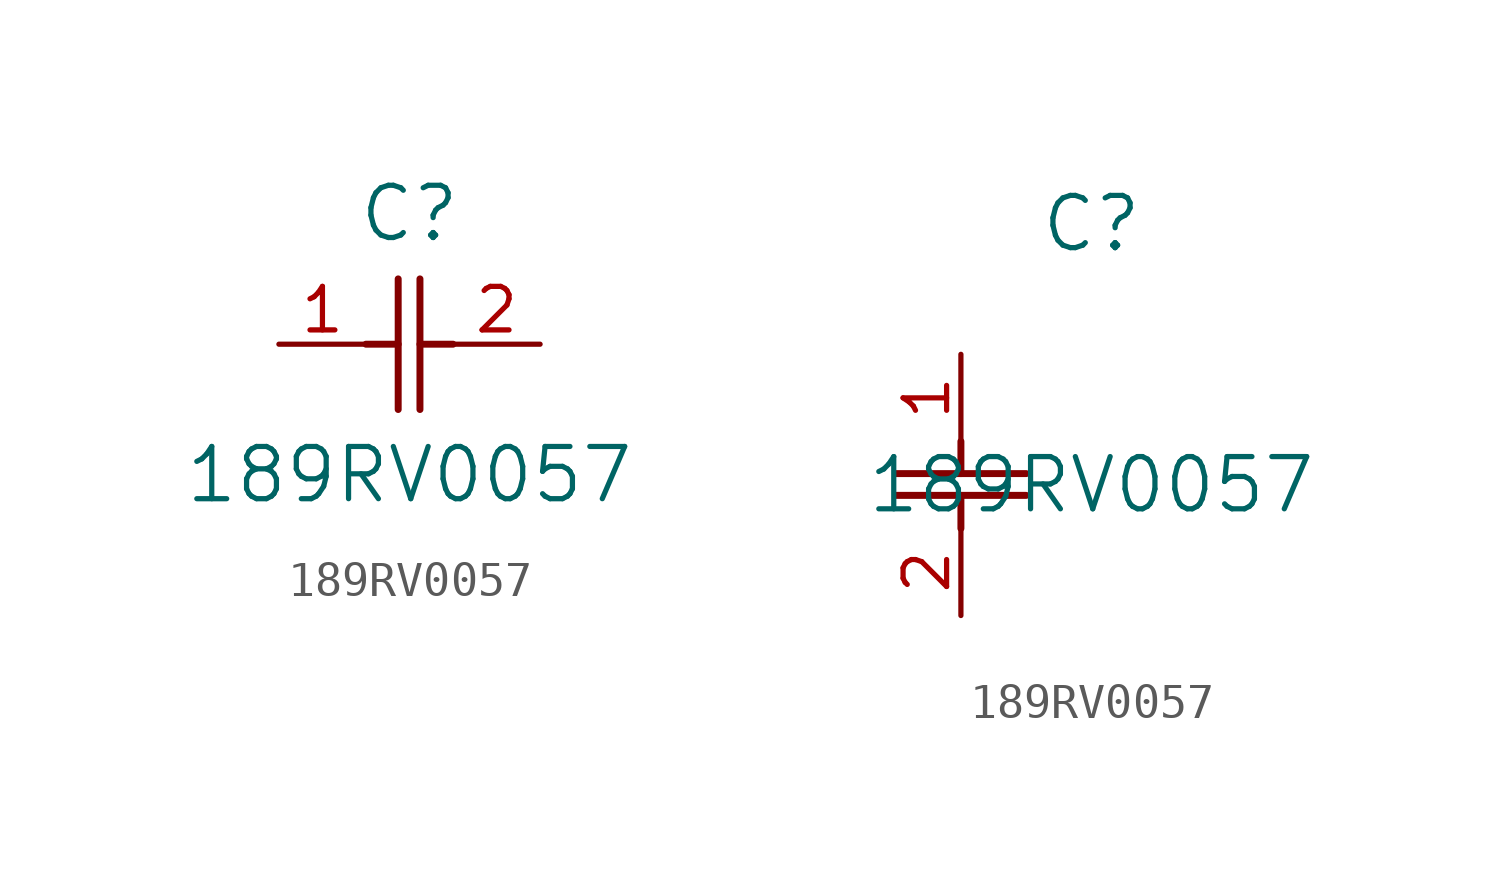
<source format=kicad_sym>
(kicad_symbol_lib
  (version 20211014)
  (generator kicad_symbol_editor)
  (symbol "189RV0057"
    (pin_names
      (offset 0.254))
    (property "Reference" "C"
      (at 3.81 3.81 0)
      (effects (font (size 1.524 1.524))))
    (property "Value" "189RV0057"
      (at 3.81 -3.81 0)
      (effects (font (size 1.524 1.524))))
    (symbol "189RV0057_1_1"
      (polyline (pts (xy 3.48 -1.905) (xy 3.48 1.905)) (stroke (width 0.203) (type default) (color 0 0 0 0)) (fill (type none)))
      (polyline (pts (xy 4.115 -1.905) (xy 4.115 1.905)) (stroke (width 0.203) (type default) (color 0 0 0 0)) (fill (type none)))
      (polyline (pts (xy 4.115 0) (xy 5.08 0)) (stroke (width 0.203) (type default) (color 0 0 0 0)) (fill (type none)))
      (polyline (pts (xy 2.54 0) (xy 3.48 0)) (stroke (width 0.203) (type default) (color 0 0 0 0)) (fill (type none)))
      (pin unspecified line (at 0 0 0) (length 2.54) (name "" (effects (font (size 1.27 1.27)))) (number "1" (effects (font (size 1.27 1.27)))))
      (pin unspecified line (at 7.62 0 180) (length 2.54) (name "" (effects (font (size 1.27 1.27)))) (number "2" (effects (font (size 1.27 1.27))))))
    (symbol "189RV0057_1_2"
      (polyline (pts (xy -1.905 -3.48) (xy 1.905 -3.48)) (stroke (width 0.203) (type default) (color 0 0 0 0)) (fill (type none)))
      (polyline (pts (xy -1.905 -4.115) (xy 1.905 -4.115)) (stroke (width 0.203) (type default) (color 0 0 0 0)) (fill (type none)))
      (polyline (pts (xy 0 -4.115) (xy 0 -5.08)) (stroke (width 0.203) (type default) (color 0 0 0 0)) (fill (type none)))
      (polyline (pts (xy 0 -2.54) (xy 0 -3.48)) (stroke (width 0.203) (type default) (color 0 0 0 0)) (fill (type none)))
      (pin unspecified line (at 0 0 270) (length 2.54) (name "" (effects (font (size 1.27 1.27)))) (number "1" (effects (font (size 1.27 1.27)))))
      (pin unspecified line (at 0 -7.62 90) (length 2.54) (name "" (effects (font (size 1.27 1.27)))) (number "2" (effects (font (size 1.27 1.27))))))))
</source>
